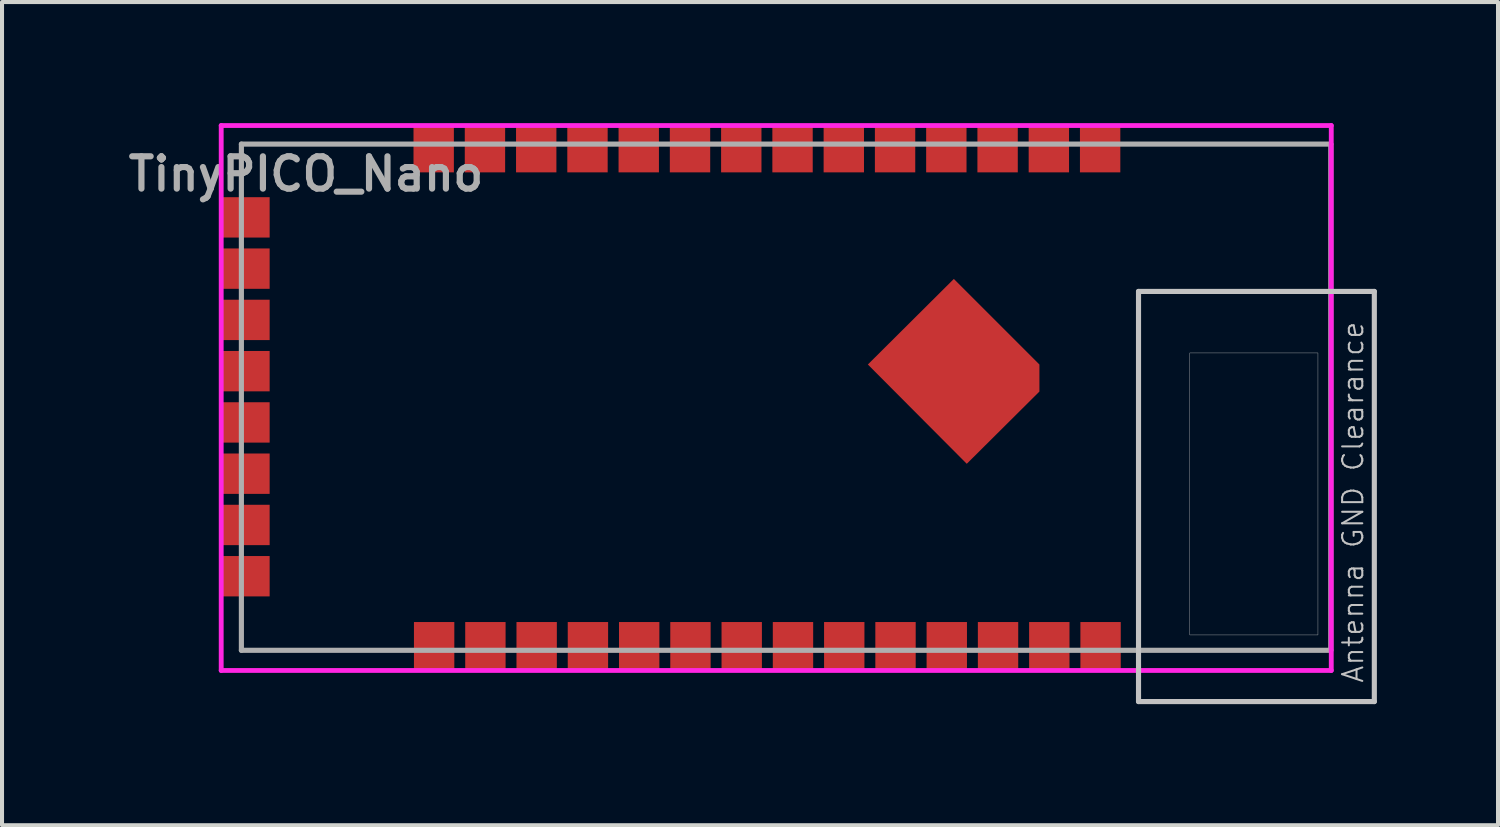
<source format=kicad_pcb>
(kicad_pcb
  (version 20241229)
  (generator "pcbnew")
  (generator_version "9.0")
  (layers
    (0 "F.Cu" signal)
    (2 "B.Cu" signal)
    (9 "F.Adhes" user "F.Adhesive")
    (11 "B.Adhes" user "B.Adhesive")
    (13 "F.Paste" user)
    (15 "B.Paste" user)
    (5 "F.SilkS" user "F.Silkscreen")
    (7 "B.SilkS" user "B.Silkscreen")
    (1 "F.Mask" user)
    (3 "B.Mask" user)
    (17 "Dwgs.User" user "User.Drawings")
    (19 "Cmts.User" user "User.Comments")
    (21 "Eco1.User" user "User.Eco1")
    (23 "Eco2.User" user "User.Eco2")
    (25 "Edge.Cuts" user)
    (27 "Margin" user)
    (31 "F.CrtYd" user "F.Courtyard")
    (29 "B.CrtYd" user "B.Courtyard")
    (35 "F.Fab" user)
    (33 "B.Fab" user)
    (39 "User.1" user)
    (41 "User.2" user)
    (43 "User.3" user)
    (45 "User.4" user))
  (footprint "TinyPICO_Nano"
    (layer "F.Cu")
    (at 2.93 13.06)
    (property "Reference" "TinyPICO_Nano" (at 1.6 -11.8 180) (layer "F.Fab") (effects (font (size 0.8 0.8) (thickness 0.153))))
    (attr smd)
    (fp_poly (pts (xy 16.383 -7.417) (xy 17.145 -7.417) (xy 17.145 -6.655) (xy 16.383 -6.655)) (stroke (width 0.01) (type solid)) (fill yes) (layer "F.Paste"))
    (fp_poly (pts (xy 17.323 -8.382) (xy 18.085 -8.382) (xy 18.085 -7.62) (xy 17.323 -7.62)) (stroke (width 0.01) (type solid)) (fill yes) (layer "F.Paste"))
    (fp_poly (pts (xy 17.424 -6.299) (xy 18.186 -6.299) (xy 18.186 -5.537) (xy 17.424 -5.537)) (stroke (width 0.01) (type solid)) (fill yes) (layer "F.Paste"))
    (fp_poly (pts (xy 18.44 -7.315) (xy 19.202 -7.315) (xy 19.202 -6.553) (xy 18.44 -6.553)) (stroke (width 0.01) (type solid)) (fill yes) (layer "F.Paste"))
    (fp_line (start 22.225 -8.89) (end 28.067 -8.89) (stroke (width 0.127) (type solid)) (layer "Dwgs.User"))
    (fp_line (start 22.225 1.27) (end 22.225 -8.89) (stroke (width 0.127) (type solid)) (layer "Dwgs.User"))
    (fp_line (start 28.067 -8.89) (end 28.067 1.27) (stroke (width 0.127) (type solid)) (layer "Dwgs.User"))
    (fp_line (start 28.067 1.27) (end 22.225 1.27) (stroke (width 0.127) (type solid)) (layer "Dwgs.User"))
    (fp_line (start -0.5 -13) (end 27 -13) (stroke (width 0.12) (type solid)) (layer "F.CrtYd"))
    (fp_line (start -0.5 0.5) (end -0.5 -13) (stroke (width 0.12) (type solid)) (layer "F.CrtYd"))
    (fp_line (start 27 -13) (end 27 0.5) (stroke (width 0.12) (type solid)) (layer "F.CrtYd"))
    (fp_line (start 27 0.5) (end -0.5 0.5) (stroke (width 0.12) (type solid)) (layer "F.CrtYd"))
    (fp_line (start 0 -12.54) (end 26.988 -12.54) (stroke (width 0.127) (type solid)) (layer "F.Fab"))
    (fp_line (start 0 0) (end 0 -12.54) (stroke (width 0.127) (type solid)) (layer "F.Fab"))
    (fp_line (start 26.988 -12.54) (end 26.988 0) (stroke (width 0.127) (type solid)) (layer "F.Fab"))
    (fp_line (start 26.988 0) (end 0 0) (stroke (width 0.127) (type solid)) (layer "F.Fab"))
    (fp_poly (pts (xy 23.495 -7.366) (xy 26.67 -7.366) (xy 26.67 -0.381) (xy 23.495 -0.381)) (stroke (width 0.01) (type solid)) (fill no) (layer "F.Fab"))
    (fp_text user "Antenna GND Clearance" (at 27.54 -3.67 270) (layer "Dwgs.User") (effects (font (size 0.5 0.5) (thickness 0.05))))
    (pad "1" smd rect (at 0.1 -1.835) (size 1.2 1) (layers "F.Cu" "F.Mask" "F.Paste"))
    (pad "2" smd rect (at 0.1 -3.105) (size 1.2 1) (layers "F.Cu" "F.Mask" "F.Paste"))
    (pad "2" smd custom (at 17.678 -7.036) (size 2.032 2.032) (layers "F.Cu" "F.Mask" "F.Paste") (options (anchor rect)) (primitives (gr_poly (pts (xy 2.092 -0.044) (xy 2.092 0.626) (xy 0.292 2.416) (xy -2.158 -0.044) (xy -0.028 -2.164)) (width 0.0001) (fill yes))))
    (pad "3" smd rect (at 0.1 -4.375) (size 1.2 1) (layers "F.Cu" "F.Mask" "F.Paste"))
    (pad "4" smd rect (at 0.1 -5.645) (size 1.2 1) (layers "F.Cu" "F.Mask" "F.Paste"))
    (pad "5" smd rect (at 0.1 -6.915) (size 1.2 1) (layers "F.Cu" "F.Mask" "F.Paste"))
    (pad "6" smd rect (at 0.1 -8.185) (size 1.2 1) (layers "F.Cu" "F.Mask" "F.Paste"))
    (pad "7" smd rect (at 0.1 -9.455) (size 1.2 1) (layers "F.Cu" "F.Mask" "F.Paste"))
    (pad "8" smd rect (at 0.1 -10.725) (size 1.2 1) (layers "F.Cu" "F.Mask" "F.Paste"))
    (pad "9" smd rect (at 4.764 -12.44) (size 1 1.2) (layers "F.Cu" "F.Mask" "F.Paste"))
    (pad "10" smd rect (at 6.034 -12.44) (size 1 1.2) (layers "F.Cu" "F.Mask" "F.Paste"))
    (pad "11" smd rect (at 7.304 -12.44) (size 1 1.2) (layers "F.Cu" "F.Mask" "F.Paste"))
    (pad "12" smd rect (at 8.574 -12.44) (size 1 1.2) (layers "F.Cu" "F.Mask" "F.Paste"))
    (pad "13" smd rect (at 9.844 -12.44) (size 1 1.2) (layers "F.Cu" "F.Mask" "F.Paste"))
    (pad "14" smd rect (at 11.114 -12.44) (size 1 1.2) (layers "F.Cu" "F.Mask" "F.Paste"))
    (pad "15" smd rect (at 12.384 -12.44) (size 1 1.2) (layers "F.Cu" "F.Mask" "F.Paste"))
    (pad "16" smd rect (at 13.654 -12.44) (size 1 1.2) (layers "F.Cu" "F.Mask" "F.Paste"))
    (pad "17" smd rect (at 14.924 -12.44) (size 1 1.2) (layers "F.Cu" "F.Mask" "F.Paste"))
    (pad "18" smd rect (at 16.194 -12.44) (size 1 1.2) (layers "F.Cu" "F.Mask" "F.Paste"))
    (pad "19" smd rect (at 17.464 -12.44) (size 1 1.2) (layers "F.Cu" "F.Mask" "F.Paste"))
    (pad "20" smd rect (at 18.734 -12.44) (size 1 1.2) (layers "F.Cu" "F.Mask" "F.Paste"))
    (pad "21" smd rect (at 20.004 -12.44) (size 1 1.2) (layers "F.Cu" "F.Mask" "F.Paste"))
    (pad "22" smd rect (at 21.274 -12.44) (size 1 1.2) (layers "F.Cu" "F.Mask" "F.Paste"))
    (pad "23" smd rect (at 4.775 -0.1) (size 1 1.2) (layers "F.Cu" "F.Mask" "F.Paste"))
    (pad "24" smd rect (at 6.045 -0.1) (size 1 1.2) (layers "F.Cu" "F.Mask" "F.Paste"))
    (pad "25" smd rect (at 7.315 -0.1) (size 1 1.2) (layers "F.Cu" "F.Mask" "F.Paste"))
    (pad "26" smd rect (at 8.585 -0.1) (size 1 1.2) (layers "F.Cu" "F.Mask" "F.Paste"))
    (pad "27" smd rect (at 9.855 -0.1) (size 1 1.2) (layers "F.Cu" "F.Mask" "F.Paste"))
    (pad "28" smd rect (at 11.125 -0.1) (size 1 1.2) (layers "F.Cu" "F.Mask" "F.Paste"))
    (pad "29" smd rect (at 12.395 -0.1) (size 1 1.2) (layers "F.Cu" "F.Mask" "F.Paste"))
    (pad "30" smd rect (at 13.665 -0.1) (size 1 1.2) (layers "F.Cu" "F.Mask" "F.Paste"))
    (pad "31" smd rect (at 14.935 -0.1) (size 1 1.2) (layers "F.Cu" "F.Mask" "F.Paste"))
    (pad "32" smd rect (at 16.205 -0.1) (size 1 1.2) (layers "F.Cu" "F.Mask" "F.Paste"))
    (pad "33" smd rect (at 17.475 -0.1) (size 1 1.2) (layers "F.Cu" "F.Mask" "F.Paste"))
    (pad "34" smd rect (at 18.745 -0.1) (size 1 1.2) (layers "F.Cu" "F.Mask" "F.Paste"))
    (pad "35" smd rect (at 20.015 -0.1) (size 1 1.2) (layers "F.Cu" "F.Mask" "F.Paste"))
    (pad "36" smd rect (at 21.285 -0.1) (size 1 1.2) (layers "F.Cu" "F.Mask" "F.Paste")))
  (gr_rect
    (start -3 -3)
    (end 34.061 17.393)
    (stroke (width 0.1) (type default))
    (fill no)
    (layer "Edge.Cuts")))
</source>
